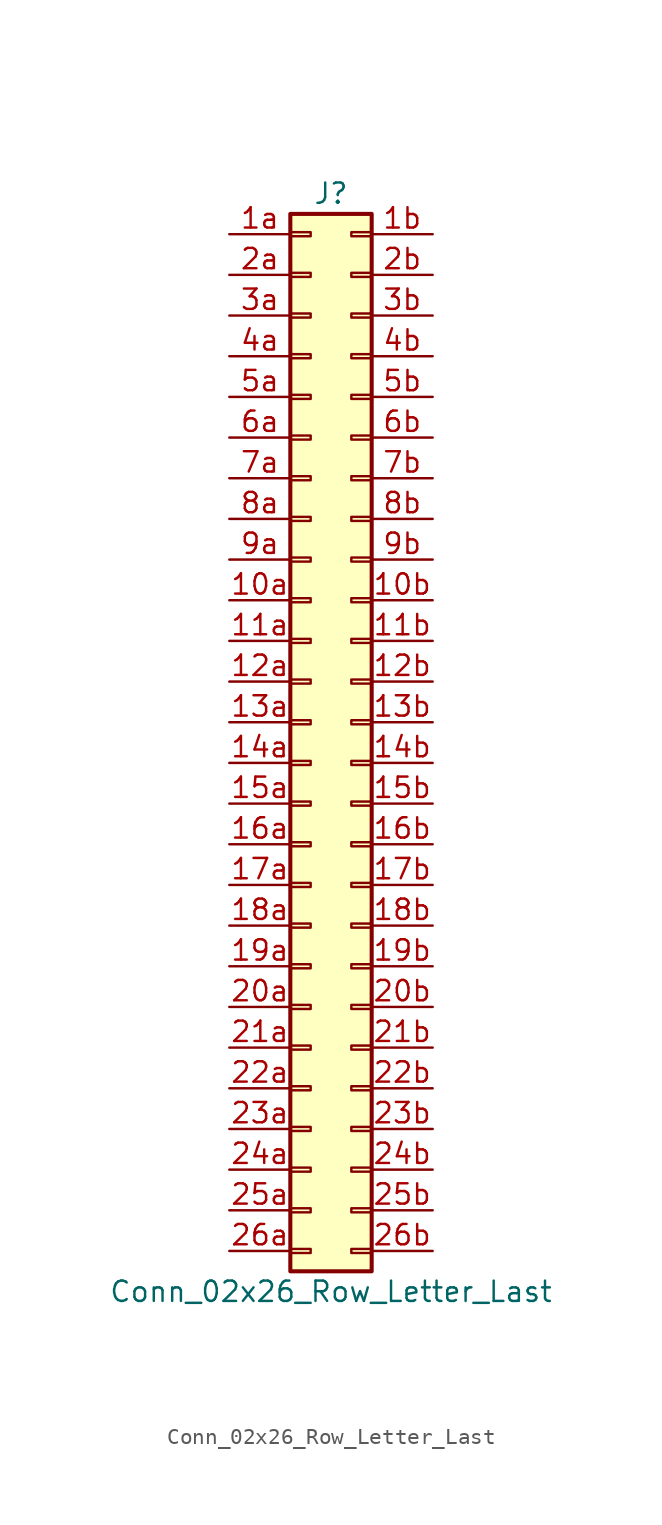
<source format=kicad_sym>
(kicad_symbol_lib
  (version 20201005)
  (generator kicad_symbol_editor)
  (symbol "Conn_02x26_Row_Letter_Last"
    (pin_names
      (offset 1.016) hide)
    (property "Reference" "J"
      (at 1.27 33.02 0)
      (effects (font (size 1.27 1.27))))
    (property "Value" "Conn_02x26_Row_Letter_Last"
      (at 1.27 -35.56 0)
      (effects (font (size 1.27 1.27))))
    (symbol "Conn_02x26_Row_Letter_Last_1_1"
      (rectangle (start -1.27 -32.893) (end 0 -33.147) (stroke (width 0.152)) (fill (type none)))
      (rectangle (start -1.27 -30.353) (end 0 -30.607) (stroke (width 0.152)) (fill (type none)))
      (rectangle (start -1.27 -27.813) (end 0 -28.067) (stroke (width 0.152)) (fill (type none)))
      (rectangle (start -1.27 -25.273) (end 0 -25.527) (stroke (width 0.152)) (fill (type none)))
      (rectangle (start -1.27 -22.733) (end 0 -22.987) (stroke (width 0.152)) (fill (type none)))
      (rectangle (start -1.27 -20.193) (end 0 -20.447) (stroke (width 0.152)) (fill (type none)))
      (rectangle (start -1.27 -17.653) (end 0 -17.907) (stroke (width 0.152)) (fill (type none)))
      (rectangle (start -1.27 -15.113) (end 0 -15.367) (stroke (width 0.152)) (fill (type none)))
      (rectangle (start -1.27 -12.573) (end 0 -12.827) (stroke (width 0.152)) (fill (type none)))
      (rectangle (start -1.27 -10.033) (end 0 -10.287) (stroke (width 0.152)) (fill (type none)))
      (rectangle (start -1.27 -7.493) (end 0 -7.747) (stroke (width 0.152)) (fill (type none)))
      (rectangle (start -1.27 -4.953) (end 0 -5.207) (stroke (width 0.152)) (fill (type none)))
      (rectangle (start -1.27 -2.413) (end 0 -2.667) (stroke (width 0.152)) (fill (type none)))
      (rectangle (start -1.27 0.127) (end 0 -0.127) (stroke (width 0.152)) (fill (type none)))
      (rectangle (start -1.27 2.667) (end 0 2.413) (stroke (width 0.152)) (fill (type none)))
      (rectangle (start -1.27 5.207) (end 0 4.953) (stroke (width 0.152)) (fill (type none)))
      (rectangle (start -1.27 7.747) (end 0 7.493) (stroke (width 0.152)) (fill (type none)))
      (rectangle (start -1.27 10.287) (end 0 10.033) (stroke (width 0.152)) (fill (type none)))
      (rectangle (start -1.27 12.827) (end 0 12.573) (stroke (width 0.152)) (fill (type none)))
      (rectangle (start -1.27 15.367) (end 0 15.113) (stroke (width 0.152)) (fill (type none)))
      (rectangle (start -1.27 17.907) (end 0 17.653) (stroke (width 0.152)) (fill (type none)))
      (rectangle (start -1.27 20.447) (end 0 20.193) (stroke (width 0.152)) (fill (type none)))
      (rectangle (start -1.27 22.987) (end 0 22.733) (stroke (width 0.152)) (fill (type none)))
      (rectangle (start -1.27 25.527) (end 0 25.273) (stroke (width 0.152)) (fill (type none)))
      (rectangle (start -1.27 28.067) (end 0 27.813) (stroke (width 0.152)) (fill (type none)))
      (rectangle (start -1.27 30.607) (end 0 30.353) (stroke (width 0.152)) (fill (type none)))
      (rectangle (start 3.81 -32.893) (end 2.54 -33.147) (stroke (width 0.152)) (fill (type none)))
      (rectangle (start 3.81 -30.353) (end 2.54 -30.607) (stroke (width 0.152)) (fill (type none)))
      (rectangle (start 3.81 -27.813) (end 2.54 -28.067) (stroke (width 0.152)) (fill (type none)))
      (rectangle (start 3.81 -25.273) (end 2.54 -25.527) (stroke (width 0.152)) (fill (type none)))
      (rectangle (start 3.81 -22.733) (end 2.54 -22.987) (stroke (width 0.152)) (fill (type none)))
      (rectangle (start 3.81 -20.193) (end 2.54 -20.447) (stroke (width 0.152)) (fill (type none)))
      (rectangle (start 3.81 -17.653) (end 2.54 -17.907) (stroke (width 0.152)) (fill (type none)))
      (rectangle (start 3.81 -15.113) (end 2.54 -15.367) (stroke (width 0.152)) (fill (type none)))
      (rectangle (start 3.81 -12.573) (end 2.54 -12.827) (stroke (width 0.152)) (fill (type none)))
      (rectangle (start 3.81 -10.033) (end 2.54 -10.287) (stroke (width 0.152)) (fill (type none)))
      (rectangle (start 3.81 -7.493) (end 2.54 -7.747) (stroke (width 0.152)) (fill (type none)))
      (rectangle (start 3.81 -4.953) (end 2.54 -5.207) (stroke (width 0.152)) (fill (type none)))
      (rectangle (start 3.81 -2.413) (end 2.54 -2.667) (stroke (width 0.152)) (fill (type none)))
      (rectangle (start 3.81 0.127) (end 2.54 -0.127) (stroke (width 0.152)) (fill (type none)))
      (rectangle (start 3.81 2.667) (end 2.54 2.413) (stroke (width 0.152)) (fill (type none)))
      (rectangle (start 3.81 5.207) (end 2.54 4.953) (stroke (width 0.152)) (fill (type none)))
      (rectangle (start 3.81 7.747) (end 2.54 7.493) (stroke (width 0.152)) (fill (type none)))
      (rectangle (start 3.81 10.287) (end 2.54 10.033) (stroke (width 0.152)) (fill (type none)))
      (rectangle (start 3.81 12.827) (end 2.54 12.573) (stroke (width 0.152)) (fill (type none)))
      (rectangle (start 3.81 15.367) (end 2.54 15.113) (stroke (width 0.152)) (fill (type none)))
      (rectangle (start 3.81 17.907) (end 2.54 17.653) (stroke (width 0.152)) (fill (type none)))
      (rectangle (start 3.81 20.447) (end 2.54 20.193) (stroke (width 0.152)) (fill (type none)))
      (rectangle (start 3.81 22.987) (end 2.54 22.733) (stroke (width 0.152)) (fill (type none)))
      (rectangle (start 3.81 25.527) (end 2.54 25.273) (stroke (width 0.152)) (fill (type none)))
      (rectangle (start 3.81 28.067) (end 2.54 27.813) (stroke (width 0.152)) (fill (type none)))
      (rectangle (start 3.81 30.607) (end 2.54 30.353) (stroke (width 0.152)) (fill (type none)))
      (rectangle (start -1.27 31.75) (end 3.81 -34.29) (stroke (width 0.254)) (fill (type background)))
      (pin passive line (at -5.08 7.62 0) (length 3.81) (name "Pin_10a" (effects (font (size 1.27 1.27)))) (number "10a" (effects (font (size 1.27 1.27)))))
      (pin passive line (at 7.62 7.62 180) (length 3.81) (name "Pin_10b" (effects (font (size 1.27 1.27)))) (number "10b" (effects (font (size 1.27 1.27)))))
      (pin passive line (at -5.08 5.08 0) (length 3.81) (name "Pin_11a" (effects (font (size 1.27 1.27)))) (number "11a" (effects (font (size 1.27 1.27)))))
      (pin passive line (at 7.62 5.08 180) (length 3.81) (name "Pin_11b" (effects (font (size 1.27 1.27)))) (number "11b" (effects (font (size 1.27 1.27)))))
      (pin passive line (at -5.08 2.54 0) (length 3.81) (name "Pin_12a" (effects (font (size 1.27 1.27)))) (number "12a" (effects (font (size 1.27 1.27)))))
      (pin passive line (at 7.62 2.54 180) (length 3.81) (name "Pin_12b" (effects (font (size 1.27 1.27)))) (number "12b" (effects (font (size 1.27 1.27)))))
      (pin passive line (at -5.08 0 0) (length 3.81) (name "Pin_13a" (effects (font (size 1.27 1.27)))) (number "13a" (effects (font (size 1.27 1.27)))))
      (pin passive line (at 7.62 0 180) (length 3.81) (name "Pin_13b" (effects (font (size 1.27 1.27)))) (number "13b" (effects (font (size 1.27 1.27)))))
      (pin passive line (at -5.08 -2.54 0) (length 3.81) (name "Pin_14a" (effects (font (size 1.27 1.27)))) (number "14a" (effects (font (size 1.27 1.27)))))
      (pin passive line (at 7.62 -2.54 180) (length 3.81) (name "Pin_14b" (effects (font (size 1.27 1.27)))) (number "14b" (effects (font (size 1.27 1.27)))))
      (pin passive line (at -5.08 -5.08 0) (length 3.81) (name "Pin_15a" (effects (font (size 1.27 1.27)))) (number "15a" (effects (font (size 1.27 1.27)))))
      (pin passive line (at 7.62 -5.08 180) (length 3.81) (name "Pin_15b" (effects (font (size 1.27 1.27)))) (number "15b" (effects (font (size 1.27 1.27)))))
      (pin passive line (at -5.08 -7.62 0) (length 3.81) (name "Pin_16a" (effects (font (size 1.27 1.27)))) (number "16a" (effects (font (size 1.27 1.27)))))
      (pin passive line (at 7.62 -7.62 180) (length 3.81) (name "Pin_16b" (effects (font (size 1.27 1.27)))) (number "16b" (effects (font (size 1.27 1.27)))))
      (pin passive line (at -5.08 -10.16 0) (length 3.81) (name "Pin_17a" (effects (font (size 1.27 1.27)))) (number "17a" (effects (font (size 1.27 1.27)))))
      (pin passive line (at 7.62 -10.16 180) (length 3.81) (name "Pin_17b" (effects (font (size 1.27 1.27)))) (number "17b" (effects (font (size 1.27 1.27)))))
      (pin passive line (at -5.08 -12.7 0) (length 3.81) (name "Pin_18a" (effects (font (size 1.27 1.27)))) (number "18a" (effects (font (size 1.27 1.27)))))
      (pin passive line (at 7.62 -12.7 180) (length 3.81) (name "Pin_18b" (effects (font (size 1.27 1.27)))) (number "18b" (effects (font (size 1.27 1.27)))))
      (pin passive line (at -5.08 -15.24 0) (length 3.81) (name "Pin_19a" (effects (font (size 1.27 1.27)))) (number "19a" (effects (font (size 1.27 1.27)))))
      (pin passive line (at 7.62 -15.24 180) (length 3.81) (name "Pin_19b" (effects (font (size 1.27 1.27)))) (number "19b" (effects (font (size 1.27 1.27)))))
      (pin passive line (at -5.08 30.48 0) (length 3.81) (name "Pin_1a" (effects (font (size 1.27 1.27)))) (number "1a" (effects (font (size 1.27 1.27)))))
      (pin passive line (at 7.62 30.48 180) (length 3.81) (name "Pin_1b" (effects (font (size 1.27 1.27)))) (number "1b" (effects (font (size 1.27 1.27)))))
      (pin passive line (at -5.08 -17.78 0) (length 3.81) (name "Pin_20a" (effects (font (size 1.27 1.27)))) (number "20a" (effects (font (size 1.27 1.27)))))
      (pin passive line (at 7.62 -17.78 180) (length 3.81) (name "Pin_20b" (effects (font (size 1.27 1.27)))) (number "20b" (effects (font (size 1.27 1.27)))))
      (pin passive line (at -5.08 -20.32 0) (length 3.81) (name "Pin_21a" (effects (font (size 1.27 1.27)))) (number "21a" (effects (font (size 1.27 1.27)))))
      (pin passive line (at 7.62 -20.32 180) (length 3.81) (name "Pin_21b" (effects (font (size 1.27 1.27)))) (number "21b" (effects (font (size 1.27 1.27)))))
      (pin passive line (at -5.08 -22.86 0) (length 3.81) (name "Pin_22a" (effects (font (size 1.27 1.27)))) (number "22a" (effects (font (size 1.27 1.27)))))
      (pin passive line (at 7.62 -22.86 180) (length 3.81) (name "Pin_22b" (effects (font (size 1.27 1.27)))) (number "22b" (effects (font (size 1.27 1.27)))))
      (pin passive line (at -5.08 -25.4 0) (length 3.81) (name "Pin_23a" (effects (font (size 1.27 1.27)))) (number "23a" (effects (font (size 1.27 1.27)))))
      (pin passive line (at 7.62 -25.4 180) (length 3.81) (name "Pin_23b" (effects (font (size 1.27 1.27)))) (number "23b" (effects (font (size 1.27 1.27)))))
      (pin passive line (at -5.08 -27.94 0) (length 3.81) (name "Pin_24a" (effects (font (size 1.27 1.27)))) (number "24a" (effects (font (size 1.27 1.27)))))
      (pin passive line (at 7.62 -27.94 180) (length 3.81) (name "Pin_24b" (effects (font (size 1.27 1.27)))) (number "24b" (effects (font (size 1.27 1.27)))))
      (pin passive line (at -5.08 -30.48 0) (length 3.81) (name "Pin_25a" (effects (font (size 1.27 1.27)))) (number "25a" (effects (font (size 1.27 1.27)))))
      (pin passive line (at 7.62 -30.48 180) (length 3.81) (name "Pin_25b" (effects (font (size 1.27 1.27)))) (number "25b" (effects (font (size 1.27 1.27)))))
      (pin passive line (at -5.08 -33.02 0) (length 3.81) (name "Pin_26a" (effects (font (size 1.27 1.27)))) (number "26a" (effects (font (size 1.27 1.27)))))
      (pin passive line (at 7.62 -33.02 180) (length 3.81) (name "Pin_26b" (effects (font (size 1.27 1.27)))) (number "26b" (effects (font (size 1.27 1.27)))))
      (pin passive line (at -5.08 27.94 0) (length 3.81) (name "Pin_2a" (effects (font (size 1.27 1.27)))) (number "2a" (effects (font (size 1.27 1.27)))))
      (pin passive line (at 7.62 27.94 180) (length 3.81) (name "Pin_2b" (effects (font (size 1.27 1.27)))) (number "2b" (effects (font (size 1.27 1.27)))))
      (pin passive line (at -5.08 25.4 0) (length 3.81) (name "Pin_3a" (effects (font (size 1.27 1.27)))) (number "3a" (effects (font (size 1.27 1.27)))))
      (pin passive line (at 7.62 25.4 180) (length 3.81) (name "Pin_3b" (effects (font (size 1.27 1.27)))) (number "3b" (effects (font (size 1.27 1.27)))))
      (pin passive line (at -5.08 22.86 0) (length 3.81) (name "Pin_4a" (effects (font (size 1.27 1.27)))) (number "4a" (effects (font (size 1.27 1.27)))))
      (pin passive line (at 7.62 22.86 180) (length 3.81) (name "Pin_4b" (effects (font (size 1.27 1.27)))) (number "4b" (effects (font (size 1.27 1.27)))))
      (pin passive line (at -5.08 20.32 0) (length 3.81) (name "Pin_5a" (effects (font (size 1.27 1.27)))) (number "5a" (effects (font (size 1.27 1.27)))))
      (pin passive line (at 7.62 20.32 180) (length 3.81) (name "Pin_5b" (effects (font (size 1.27 1.27)))) (number "5b" (effects (font (size 1.27 1.27)))))
      (pin passive line (at -5.08 17.78 0) (length 3.81) (name "Pin_6a" (effects (font (size 1.27 1.27)))) (number "6a" (effects (font (size 1.27 1.27)))))
      (pin passive line (at 7.62 17.78 180) (length 3.81) (name "Pin_6b" (effects (font (size 1.27 1.27)))) (number "6b" (effects (font (size 1.27 1.27)))))
      (pin passive line (at -5.08 15.24 0) (length 3.81) (name "Pin_7a" (effects (font (size 1.27 1.27)))) (number "7a" (effects (font (size 1.27 1.27)))))
      (pin passive line (at 7.62 15.24 180) (length 3.81) (name "Pin_7b" (effects (font (size 1.27 1.27)))) (number "7b" (effects (font (size 1.27 1.27)))))
      (pin passive line (at -5.08 12.7 0) (length 3.81) (name "Pin_8a" (effects (font (size 1.27 1.27)))) (number "8a" (effects (font (size 1.27 1.27)))))
      (pin passive line (at 7.62 12.7 180) (length 3.81) (name "Pin_8b" (effects (font (size 1.27 1.27)))) (number "8b" (effects (font (size 1.27 1.27)))))
      (pin passive line (at -5.08 10.16 0) (length 3.81) (name "Pin_9a" (effects (font (size 1.27 1.27)))) (number "9a" (effects (font (size 1.27 1.27)))))
      (pin passive line (at 7.62 10.16 180) (length 3.81) (name "Pin_9b" (effects (font (size 1.27 1.27)))) (number "9b" (effects (font (size 1.27 1.27))))))))
</source>
